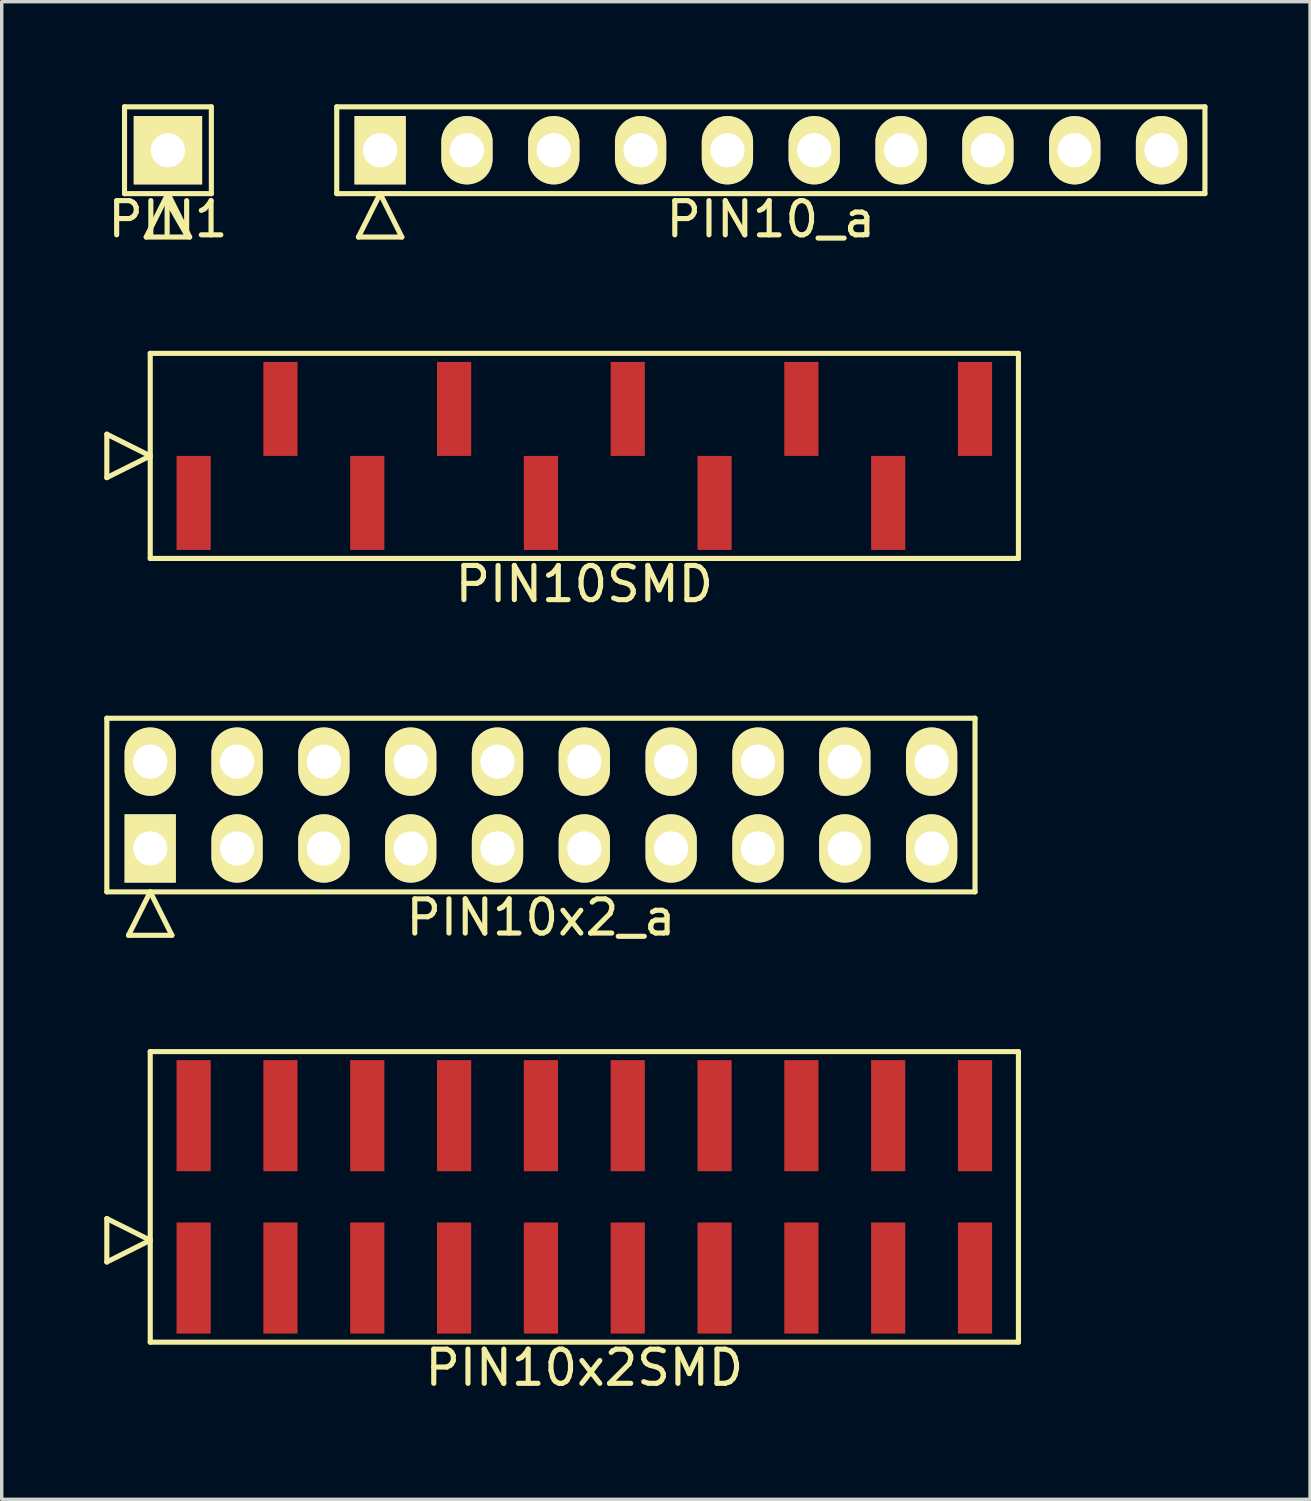
<source format=kicad_pcb>
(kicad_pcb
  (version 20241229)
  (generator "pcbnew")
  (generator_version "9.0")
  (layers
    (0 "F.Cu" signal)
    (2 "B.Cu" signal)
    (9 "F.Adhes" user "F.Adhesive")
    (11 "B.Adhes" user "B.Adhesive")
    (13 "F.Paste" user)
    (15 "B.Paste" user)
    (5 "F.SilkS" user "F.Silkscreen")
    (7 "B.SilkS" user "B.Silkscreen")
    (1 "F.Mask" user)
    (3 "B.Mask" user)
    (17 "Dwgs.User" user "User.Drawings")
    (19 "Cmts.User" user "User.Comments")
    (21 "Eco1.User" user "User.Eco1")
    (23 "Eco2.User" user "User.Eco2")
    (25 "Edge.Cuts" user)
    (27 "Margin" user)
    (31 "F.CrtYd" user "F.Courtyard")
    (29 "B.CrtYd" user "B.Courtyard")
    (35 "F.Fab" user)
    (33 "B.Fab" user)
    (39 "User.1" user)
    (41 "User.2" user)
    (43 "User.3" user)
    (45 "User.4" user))
  (footprint "PIN1"
    (layer "F.Cu")
    (at 1.863 1.345)
    (property "Reference" "PIN1" (at 0 2.02 0) (layer "F.SilkS") (effects (font (size 1 1) (thickness 0.15))))
    (attr through_hole)
    (fp_line (start -1.27 -1.27) (end -1.27 1.27) (stroke (width 0.15) (type solid)) (layer "F.SilkS"))
    (fp_line (start -1.27 1.27) (end 1.27 1.27) (stroke (width 0.15) (type solid)) (layer "F.SilkS"))
    (fp_line (start -0.635 2.54) (end 0 1.27) (stroke (width 0.15) (type solid)) (layer "F.SilkS"))
    (fp_line (start -0.635 2.54) (end 0.635 2.54) (stroke (width 0.15) (type solid)) (layer "F.SilkS"))
    (fp_line (start 0.635 2.54) (end 0 1.27) (stroke (width 0.15) (type solid)) (layer "F.SilkS"))
    (fp_line (start 1.27 -1.27) (end -1.27 -1.27) (stroke (width 0.15) (type solid)) (layer "F.SilkS"))
    (fp_line (start 1.27 1.27) (end 1.27 -1.27) (stroke (width 0.15) (type solid)) (layer "F.SilkS"))
    (pad "1" thru_hole rect (at 0 0) (size 2 2) (drill 1) (layers "*.Cu" "*.Mask" "F.SilkS")))
  (footprint "PIN10x2SMD"
    (layer "F.Cu")
    (at 14.045 31.965)
    (property "Reference" "PIN10x2SMD" (at 0 5 0) (layer "F.SilkS") (effects (font (size 1 1) (thickness 0.15))))
    (attr through_hole)
    (fp_line (start -13.97 1.905) (end -13.97 0.635) (stroke (width 0.15) (type solid)) (layer "F.SilkS"))
    (fp_line (start -12.7 -4.25) (end -12.7 4.25) (stroke (width 0.15) (type solid)) (layer "F.SilkS"))
    (fp_line (start -12.7 1.27) (end -13.97 0.635) (stroke (width 0.15) (type solid)) (layer "F.SilkS"))
    (fp_line (start -12.7 1.27) (end -13.97 1.905) (stroke (width 0.15) (type solid)) (layer "F.SilkS"))
    (fp_line (start -12.7 4.25) (end 12.7 4.25) (stroke (width 0.15) (type solid)) (layer "F.SilkS"))
    (fp_line (start 12.7 -4.25) (end -12.7 -4.25) (stroke (width 0.15) (type solid)) (layer "F.SilkS"))
    (fp_line (start 12.7 4.25) (end 12.7 -4.25) (stroke (width 0.15) (type solid)) (layer "F.SilkS"))
    (pad "1" smd rect (at -11.43 2.375) (size 1 3.25) (layers "F.Cu" "F.Mask" "F.Paste"))
    (pad "2" smd rect (at -11.43 -2.375) (size 1 3.25) (layers "F.Cu" "F.Mask" "F.Paste"))
    (pad "3" smd rect (at -8.89 2.375) (size 1 3.25) (layers "F.Cu" "F.Mask" "F.Paste"))
    (pad "4" smd rect (at -8.89 -2.375) (size 1 3.25) (layers "F.Cu" "F.Mask" "F.Paste"))
    (pad "5" smd rect (at -6.35 2.375) (size 1 3.25) (layers "F.Cu" "F.Mask" "F.Paste"))
    (pad "6" smd rect (at -6.35 -2.375) (size 1 3.25) (layers "F.Cu" "F.Mask" "F.Paste"))
    (pad "7" smd rect (at -3.81 2.375) (size 1 3.25) (layers "F.Cu" "F.Mask" "F.Paste"))
    (pad "8" smd rect (at -3.81 -2.375) (size 1 3.25) (layers "F.Cu" "F.Mask" "F.Paste"))
    (pad "9" smd rect (at -1.27 2.375) (size 1 3.25) (layers "F.Cu" "F.Mask" "F.Paste"))
    (pad "10" smd rect (at -1.27 -2.375) (size 1 3.25) (layers "F.Cu" "F.Mask" "F.Paste"))
    (pad "11" smd rect (at 1.27 2.375) (size 1 3.25) (layers "F.Cu" "F.Mask" "F.Paste"))
    (pad "12" smd rect (at 1.27 -2.375) (size 1 3.25) (layers "F.Cu" "F.Mask" "F.Paste"))
    (pad "13" smd rect (at 3.81 2.375) (size 1 3.25) (layers "F.Cu" "F.Mask" "F.Paste"))
    (pad "14" smd rect (at 3.81 -2.375) (size 1 3.25) (layers "F.Cu" "F.Mask" "F.Paste"))
    (pad "15" smd rect (at 6.35 2.375) (size 1 3.25) (layers "F.Cu" "F.Mask" "F.Paste"))
    (pad "16" smd rect (at 6.35 -2.375) (size 1 3.25) (layers "F.Cu" "F.Mask" "F.Paste"))
    (pad "17" smd rect (at 8.89 2.375) (size 1 3.25) (layers "F.Cu" "F.Mask" "F.Paste"))
    (pad "18" smd rect (at 8.89 -2.375) (size 1 3.25) (layers "F.Cu" "F.Mask" "F.Paste"))
    (pad "19" smd rect (at 11.43 2.375) (size 1 3.25) (layers "F.Cu" "F.Mask" "F.Paste"))
    (pad "20" smd rect (at 11.43 -2.375) (size 1 3.25) (layers "F.Cu" "F.Mask" "F.Paste")))
  (footprint "PIN10_a"
    (layer "F.Cu")
    (at 19.501 1.345)
    (property "Reference" "PIN10_a" (at 0 2.02 0) (layer "F.SilkS") (effects (font (size 1 1) (thickness 0.15))))
    (attr through_hole)
    (fp_line (start -12.7 -1.27) (end -12.7 1.27) (stroke (width 0.15) (type solid)) (layer "F.SilkS"))
    (fp_line (start -12.7 1.27) (end 12.7 1.27) (stroke (width 0.15) (type solid)) (layer "F.SilkS"))
    (fp_line (start -12.065 2.54) (end -11.43 1.27) (stroke (width 0.15) (type solid)) (layer "F.SilkS"))
    (fp_line (start -12.065 2.54) (end -10.795 2.54) (stroke (width 0.15) (type solid)) (layer "F.SilkS"))
    (fp_line (start -10.795 2.54) (end -11.43 1.27) (stroke (width 0.15) (type solid)) (layer "F.SilkS"))
    (fp_line (start 12.7 -1.27) (end -12.7 -1.27) (stroke (width 0.15) (type solid)) (layer "F.SilkS"))
    (fp_line (start 12.7 1.27) (end 12.7 -1.27) (stroke (width 0.15) (type solid)) (layer "F.SilkS"))
    (pad "1" thru_hole rect (at -11.43 0) (size 1.5 2) (drill 1) (layers "*.Cu" "*.Mask" "F.SilkS"))
    (pad "2" thru_hole oval (at -8.89 0) (size 1.5 2) (drill 1) (layers "*.Cu" "*.Mask" "F.SilkS"))
    (pad "3" thru_hole oval (at -6.35 0) (size 1.5 2) (drill 1) (layers "*.Cu" "*.Mask" "F.SilkS"))
    (pad "4" thru_hole oval (at -3.81 0) (size 1.5 2) (drill 1) (layers "*.Cu" "*.Mask" "F.SilkS"))
    (pad "5" thru_hole oval (at -1.27 0) (size 1.5 2) (drill 1) (layers "*.Cu" "*.Mask" "F.SilkS"))
    (pad "6" thru_hole oval (at 1.27 0) (size 1.5 2) (drill 1) (layers "*.Cu" "*.Mask" "F.SilkS"))
    (pad "7" thru_hole oval (at 3.81 0) (size 1.5 2) (drill 1) (layers "*.Cu" "*.Mask" "F.SilkS"))
    (pad "8" thru_hole oval (at 6.35 0) (size 1.5 2) (drill 1) (layers "*.Cu" "*.Mask" "F.SilkS"))
    (pad "9" thru_hole oval (at 8.89 0) (size 1.5 2) (drill 1) (layers "*.Cu" "*.Mask" "F.SilkS"))
    (pad "10" thru_hole oval (at 11.43 0) (size 1.5 2) (drill 1) (layers "*.Cu" "*.Mask" "F.SilkS")))
  (footprint "PIN10SMD"
    (layer "F.Cu")
    (at 14.045 10.288)
    (property "Reference" "PIN10SMD" (at 0 3.75 0) (layer "F.SilkS") (effects (font (size 1 1) (thickness 0.15))))
    (attr through_hole)
    (fp_line (start -13.97 0.635) (end -13.97 -0.635) (stroke (width 0.15) (type solid)) (layer "F.SilkS"))
    (fp_line (start -12.7 -3) (end -12.7 3) (stroke (width 0.15) (type solid)) (layer "F.SilkS"))
    (fp_line (start -12.7 0) (end -13.97 -0.635) (stroke (width 0.15) (type solid)) (layer "F.SilkS"))
    (fp_line (start -12.7 0) (end -13.97 0.635) (stroke (width 0.15) (type solid)) (layer "F.SilkS"))
    (fp_line (start -12.7 3) (end 12.7 3) (stroke (width 0.15) (type solid)) (layer "F.SilkS"))
    (fp_line (start 12.7 -3) (end -12.7 -3) (stroke (width 0.15) (type solid)) (layer "F.SilkS"))
    (fp_line (start 12.7 3) (end 12.7 -3) (stroke (width 0.15) (type solid)) (layer "F.SilkS"))
    (pad "1" smd rect (at -11.43 1.375) (size 1 2.75) (layers "F.Cu" "F.Mask" "F.Paste"))
    (pad "2" smd rect (at -8.89 -1.375) (size 1 2.75) (layers "F.Cu" "F.Mask" "F.Paste"))
    (pad "3" smd rect (at -6.35 1.375) (size 1 2.75) (layers "F.Cu" "F.Mask" "F.Paste"))
    (pad "4" smd rect (at -3.81 -1.375) (size 1 2.75) (layers "F.Cu" "F.Mask" "F.Paste"))
    (pad "5" smd rect (at -1.27 1.375) (size 1 2.75) (layers "F.Cu" "F.Mask" "F.Paste"))
    (pad "6" smd rect (at 1.27 -1.375) (size 1 2.75) (layers "F.Cu" "F.Mask" "F.Paste"))
    (pad "7" smd rect (at 3.81 1.375) (size 1 2.75) (layers "F.Cu" "F.Mask" "F.Paste"))
    (pad "8" smd rect (at 6.35 -1.375) (size 1 2.75) (layers "F.Cu" "F.Mask" "F.Paste"))
    (pad "9" smd rect (at 8.89 1.375) (size 1 2.75) (layers "F.Cu" "F.Mask" "F.Paste"))
    (pad "10" smd rect (at 11.43 -1.375) (size 1 2.75) (layers "F.Cu" "F.Mask" "F.Paste")))
  (footprint "PIN10x2_a"
    (layer "F.Cu")
    (at 12.775 20.502)
    (property "Reference" "PIN10x2_a" (at 0 3.29 0) (layer "F.SilkS") (effects (font (size 1 1) (thickness 0.15))))
    (attr through_hole)
    (fp_line (start -12.7 -2.54) (end -12.7 2.54) (stroke (width 0.15) (type solid)) (layer "F.SilkS"))
    (fp_line (start -12.7 2.54) (end 12.7 2.54) (stroke (width 0.15) (type solid)) (layer "F.SilkS"))
    (fp_line (start -12.065 3.81) (end -11.43 2.54) (stroke (width 0.15) (type solid)) (layer "F.SilkS"))
    (fp_line (start -12.065 3.81) (end -10.795 3.81) (stroke (width 0.15) (type solid)) (layer "F.SilkS"))
    (fp_line (start -10.795 3.81) (end -11.43 2.54) (stroke (width 0.15) (type solid)) (layer "F.SilkS"))
    (fp_line (start 12.7 -2.54) (end -12.7 -2.54) (stroke (width 0.15) (type solid)) (layer "F.SilkS"))
    (fp_line (start 12.7 2.54) (end 12.7 -2.54) (stroke (width 0.15) (type solid)) (layer "F.SilkS"))
    (pad "1" thru_hole rect (at -11.43 1.27) (size 1.5 2) (drill 1) (layers "*.Cu" "*.Mask" "F.SilkS"))
    (pad "2" thru_hole oval (at -11.43 -1.27) (size 1.5 2) (drill 1) (layers "*.Cu" "*.Mask" "F.SilkS"))
    (pad "3" thru_hole oval (at -8.89 1.27) (size 1.5 2) (drill 1) (layers "*.Cu" "*.Mask" "F.SilkS"))
    (pad "4" thru_hole oval (at -8.89 -1.27) (size 1.5 2) (drill 1) (layers "*.Cu" "*.Mask" "F.SilkS"))
    (pad "5" thru_hole oval (at -6.35 1.27) (size 1.5 2) (drill 1) (layers "*.Cu" "*.Mask" "F.SilkS"))
    (pad "6" thru_hole oval (at -6.35 -1.27) (size 1.5 2) (drill 1) (layers "*.Cu" "*.Mask" "F.SilkS"))
    (pad "7" thru_hole oval (at -3.81 1.27) (size 1.5 2) (drill 1) (layers "*.Cu" "*.Mask" "F.SilkS"))
    (pad "8" thru_hole oval (at -3.81 -1.27) (size 1.5 2) (drill 1) (layers "*.Cu" "*.Mask" "F.SilkS"))
    (pad "9" thru_hole oval (at -1.27 1.27) (size 1.5 2) (drill 1) (layers "*.Cu" "*.Mask" "F.SilkS"))
    (pad "10" thru_hole oval (at -1.27 -1.27) (size 1.5 2) (drill 1) (layers "*.Cu" "*.Mask" "F.SilkS"))
    (pad "11" thru_hole oval (at 1.27 1.27) (size 1.5 2) (drill 1) (layers "*.Cu" "*.Mask" "F.SilkS"))
    (pad "12" thru_hole oval (at 1.27 -1.27) (size 1.5 2) (drill 1) (layers "*.Cu" "*.Mask" "F.SilkS"))
    (pad "13" thru_hole oval (at 3.81 1.27) (size 1.5 2) (drill 1) (layers "*.Cu" "*.Mask" "F.SilkS"))
    (pad "14" thru_hole oval (at 3.81 -1.27) (size 1.5 2) (drill 1) (layers "*.Cu" "*.Mask" "F.SilkS"))
    (pad "15" thru_hole oval (at 6.35 1.27) (size 1.5 2) (drill 1) (layers "*.Cu" "*.Mask" "F.SilkS"))
    (pad "16" thru_hole oval (at 6.35 -1.27) (size 1.5 2) (drill 1) (layers "*.Cu" "*.Mask" "F.SilkS"))
    (pad "17" thru_hole oval (at 8.89 1.27) (size 1.5 2) (drill 1) (layers "*.Cu" "*.Mask" "F.SilkS"))
    (pad "18" thru_hole oval (at 8.89 -1.27) (size 1.5 2) (drill 1) (layers "*.Cu" "*.Mask" "F.SilkS"))
    (pad "19" thru_hole oval (at 11.43 1.27) (size 1.5 2) (drill 1) (layers "*.Cu" "*.Mask" "F.SilkS"))
    (pad "20" thru_hole oval (at 11.43 -1.27) (size 1.5 2) (drill 1) (layers "*.Cu" "*.Mask" "F.SilkS")))
  (gr_rect
    (start -3 -3)
    (end 35.276 40.813)
    (stroke (width 0.1) (type default))
    (fill no)
    (layer "Edge.Cuts")))
</source>
